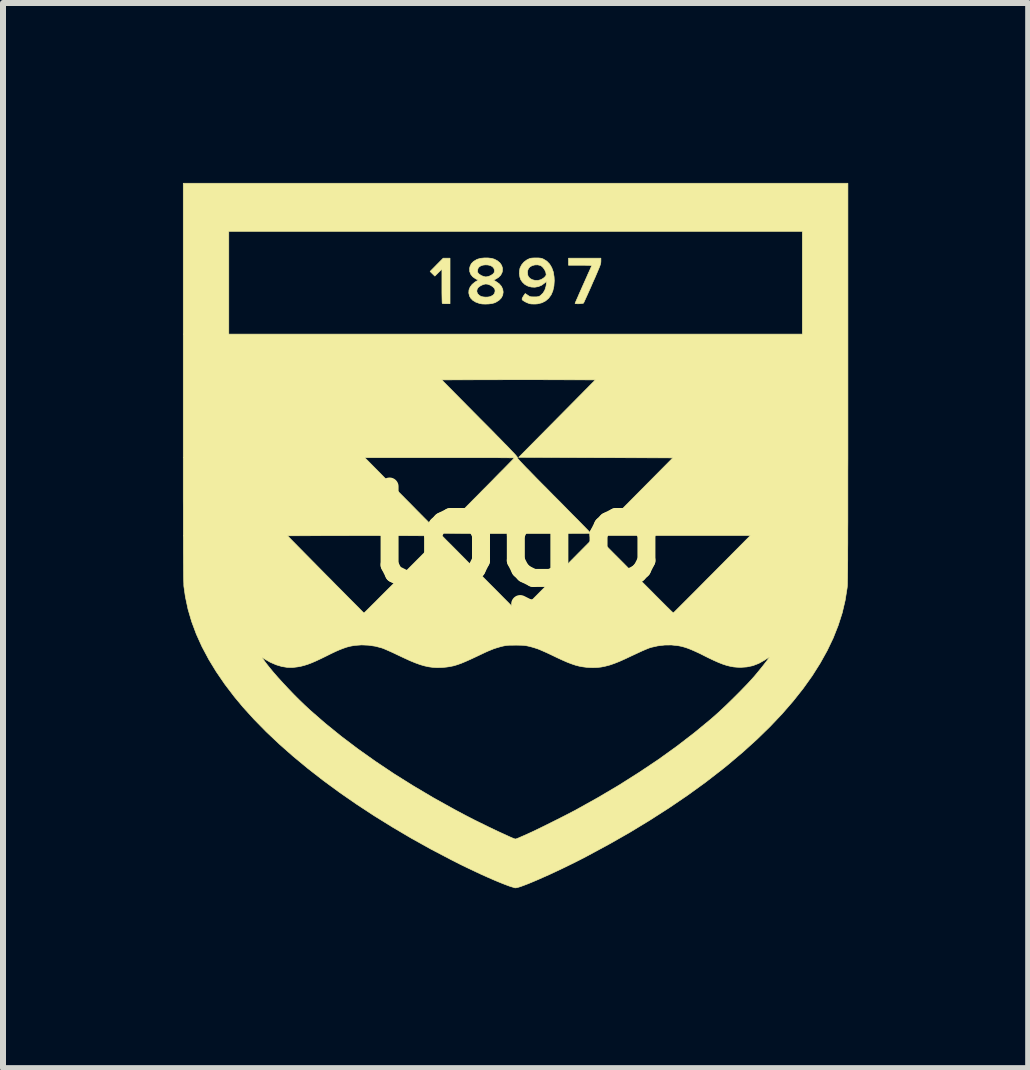
<source format=kicad_pcb>
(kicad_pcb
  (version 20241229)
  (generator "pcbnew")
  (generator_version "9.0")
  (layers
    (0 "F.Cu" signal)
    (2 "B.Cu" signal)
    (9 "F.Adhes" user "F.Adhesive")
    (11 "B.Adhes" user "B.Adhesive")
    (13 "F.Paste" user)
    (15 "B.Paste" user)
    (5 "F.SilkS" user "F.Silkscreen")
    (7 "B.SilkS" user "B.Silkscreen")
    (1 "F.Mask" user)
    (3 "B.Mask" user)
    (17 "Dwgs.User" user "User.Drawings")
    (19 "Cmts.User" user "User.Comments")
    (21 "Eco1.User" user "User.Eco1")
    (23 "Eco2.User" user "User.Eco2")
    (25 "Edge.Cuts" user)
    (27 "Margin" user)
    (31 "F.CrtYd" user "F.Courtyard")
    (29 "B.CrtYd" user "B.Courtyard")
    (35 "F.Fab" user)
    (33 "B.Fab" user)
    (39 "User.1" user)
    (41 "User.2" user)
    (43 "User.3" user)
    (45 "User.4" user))
  (footprint "logo"
    (layer "F.Cu")
    (at 5.549 5.895)
    (property "Reference" "logo" (at 0 0 0) (layer "F.SilkS") (effects (font (size 1.524 1.524) (thickness 0.3))))
    (attr through_hole)
    (fp_poly (pts (xy -1.097 -4.641) (xy -1.097 -3.882) (xy -1.159 -3.882) (xy -1.19 -3.882) (xy -1.214 -3.884) (xy -1.226 -3.887) (xy -1.226 -3.887) (xy -1.228 -3.897) (xy -1.229 -3.921) (xy -1.23 -3.958) (xy -1.231 -4.007) (xy -1.232 -4.064) (xy -1.232 -4.127) (xy -1.232 -4.176) (xy -1.232 -4.459) (xy -1.291 -4.401) (xy -1.35 -4.342) (xy -1.39 -4.381) (xy -1.429 -4.42) (xy -1.32 -4.531) (xy -1.211 -4.641) (xy -1.097 -4.641)) (stroke (width 0.01) (type solid)) (fill yes) (layer "F.SilkS"))
    (fp_poly (pts (xy 1.418 -4.591) (xy 1.417 -4.577) (xy 1.416 -4.564) (xy 1.412 -4.548) (xy 1.407 -4.528) (xy 1.398 -4.503) (xy 1.385 -4.471) (xy 1.368 -4.431) (xy 1.347 -4.381) (xy 1.32 -4.318) (xy 1.286 -4.243) (xy 1.277 -4.222) (xy 1.247 -4.153) (xy 1.218 -4.088) (xy 1.192 -4.03) (xy 1.169 -3.98) (xy 1.151 -3.94) (xy 1.138 -3.911) (xy 1.13 -3.895) (xy 1.128 -3.892) (xy 1.118 -3.888) (xy 1.096 -3.885) (xy 1.068 -3.882) (xy 1.038 -3.881) (xy 1.012 -3.882) (xy 0.993 -3.884) (xy 0.987 -3.887) (xy 0.991 -3.896) (xy 1 -3.918) (xy 1.015 -3.952) (xy 1.035 -3.997) (xy 1.058 -4.051) (xy 1.085 -4.111) (xy 1.114 -4.177) (xy 1.123 -4.197) (xy 1.153 -4.264) (xy 1.181 -4.327) (xy 1.206 -4.384) (xy 1.228 -4.432) (xy 1.245 -4.47) (xy 1.257 -4.497) (xy 1.263 -4.511) (xy 1.264 -4.513) (xy 1.261 -4.516) (xy 1.251 -4.519) (xy 1.23 -4.521) (xy 1.198 -4.522) (xy 1.153 -4.523) (xy 1.092 -4.523) (xy 1.073 -4.523) (xy 0.878 -4.523) (xy 0.878 -4.641) (xy 1.418 -4.641) (xy 1.418 -4.591)) (stroke (width 0.01) (type solid)) (fill yes) (layer "F.SilkS"))
    (fp_poly (pts (xy -0.464 -4.645) (xy -0.405 -4.638) (xy -0.359 -4.625) (xy -0.306 -4.597) (xy -0.264 -4.561) (xy -0.236 -4.52) (xy -0.222 -4.474) (xy -0.224 -4.425) (xy -0.229 -4.404) (xy -0.252 -4.358) (xy -0.288 -4.322) (xy -0.324 -4.299) (xy -0.37 -4.275) (xy -0.331 -4.252) (xy -0.278 -4.215) (xy -0.24 -4.171) (xy -0.218 -4.122) (xy -0.211 -4.076) (xy -0.219 -4.024) (xy -0.243 -3.978) (xy -0.281 -3.939) (xy -0.332 -3.907) (xy -0.354 -3.897) (xy -0.398 -3.885) (xy -0.452 -3.878) (xy -0.509 -3.876) (xy -0.563 -3.878) (xy -0.605 -3.886) (xy -0.669 -3.909) (xy -0.718 -3.939) (xy -0.753 -3.976) (xy -0.772 -4.01) (xy -0.784 -4.06) (xy -0.783 -4.081) (xy -0.65 -4.081) (xy -0.636 -4.048) (xy -0.609 -4.021) (xy -0.58 -4.004) (xy -0.549 -3.996) (xy -0.509 -3.992) (xy -0.467 -3.993) (xy -0.431 -3.999) (xy -0.418 -4.004) (xy -0.378 -4.026) (xy -0.355 -4.055) (xy -0.346 -4.09) (xy -0.346 -4.094) (xy -0.348 -4.117) (xy -0.357 -4.136) (xy -0.375 -4.156) (xy -0.378 -4.16) (xy -0.42 -4.189) (xy -0.468 -4.207) (xy -0.503 -4.211) (xy -0.532 -4.205) (xy -0.567 -4.192) (xy -0.601 -4.173) (xy -0.626 -4.153) (xy -0.631 -4.147) (xy -0.648 -4.114) (xy -0.65 -4.081) (xy -0.783 -4.081) (xy -0.781 -4.111) (xy -0.762 -4.159) (xy -0.729 -4.203) (xy -0.682 -4.242) (xy -0.661 -4.255) (xy -0.626 -4.275) (xy -0.673 -4.299) (xy -0.719 -4.332) (xy -0.751 -4.372) (xy -0.769 -4.419) (xy -0.769 -4.438) (xy -0.64 -4.438) (xy -0.637 -4.406) (xy -0.617 -4.379) (xy -0.581 -4.355) (xy -0.571 -4.349) (xy -0.54 -4.338) (xy -0.511 -4.33) (xy -0.498 -4.329) (xy -0.473 -4.333) (xy -0.442 -4.342) (xy -0.425 -4.349) (xy -0.385 -4.373) (xy -0.362 -4.399) (xy -0.355 -4.43) (xy -0.363 -4.465) (xy -0.368 -4.474) (xy -0.39 -4.5) (xy -0.423 -4.518) (xy -0.464 -4.528) (xy -0.507 -4.53) (xy -0.55 -4.525) (xy -0.588 -4.511) (xy -0.617 -4.49) (xy -0.628 -4.474) (xy -0.64 -4.438) (xy -0.769 -4.438) (xy -0.771 -4.47) (xy -0.764 -4.501) (xy -0.743 -4.548) (xy -0.706 -4.586) (xy -0.655 -4.617) (xy -0.636 -4.625) (xy -0.586 -4.639) (xy -0.526 -4.645) (xy -0.464 -4.645)) (stroke (width 0.01) (type solid)) (fill yes) (layer "F.SilkS"))
    (fp_poly (pts (xy 0.376 -4.645) (xy 0.407 -4.642) (xy 0.432 -4.637) (xy 0.455 -4.628) (xy 0.46 -4.626) (xy 0.517 -4.591) (xy 0.563 -4.543) (xy 0.599 -4.483) (xy 0.625 -4.411) (xy 0.638 -4.329) (xy 0.641 -4.266) (xy 0.635 -4.176) (xy 0.617 -4.097) (xy 0.588 -4.029) (xy 0.547 -3.973) (xy 0.496 -3.929) (xy 0.436 -3.898) (xy 0.365 -3.88) (xy 0.329 -3.877) (xy 0.293 -3.877) (xy 0.259 -3.878) (xy 0.234 -3.882) (xy 0.234 -3.882) (xy 0.204 -3.892) (xy 0.171 -3.906) (xy 0.14 -3.923) (xy 0.117 -3.938) (xy 0.11 -3.945) (xy 0.104 -3.956) (xy 0.106 -3.97) (xy 0.114 -3.987) (xy 0.128 -4.011) (xy 0.142 -4.032) (xy 0.144 -4.034) (xy 0.157 -4.052) (xy 0.198 -4.024) (xy 0.219 -4.01) (xy 0.236 -4.001) (xy 0.257 -3.997) (xy 0.285 -3.996) (xy 0.308 -3.996) (xy 0.344 -3.996) (xy 0.368 -3.999) (xy 0.387 -4.004) (xy 0.405 -4.014) (xy 0.414 -4.021) (xy 0.453 -4.059) (xy 0.483 -4.108) (xy 0.502 -4.168) (xy 0.506 -4.19) (xy 0.509 -4.219) (xy 0.511 -4.241) (xy 0.511 -4.251) (xy 0.511 -4.251) (xy 0.504 -4.247) (xy 0.489 -4.235) (xy 0.48 -4.227) (xy 0.43 -4.19) (xy 0.375 -4.167) (xy 0.316 -4.157) (xy 0.258 -4.16) (xy 0.203 -4.175) (xy 0.152 -4.202) (xy 0.11 -4.242) (xy 0.082 -4.283) (xy 0.068 -4.323) (xy 0.061 -4.372) (xy 0.061 -4.391) (xy 0.194 -4.391) (xy 0.202 -4.35) (xy 0.211 -4.331) (xy 0.237 -4.303) (xy 0.275 -4.282) (xy 0.32 -4.271) (xy 0.367 -4.27) (xy 0.412 -4.281) (xy 0.416 -4.283) (xy 0.445 -4.298) (xy 0.473 -4.318) (xy 0.494 -4.34) (xy 0.505 -4.359) (xy 0.506 -4.365) (xy 0.5 -4.405) (xy 0.481 -4.447) (xy 0.455 -4.484) (xy 0.424 -4.512) (xy 0.408 -4.52) (xy 0.365 -4.53) (xy 0.319 -4.529) (xy 0.275 -4.518) (xy 0.237 -4.497) (xy 0.211 -4.469) (xy 0.197 -4.433) (xy 0.194 -4.391) (xy 0.061 -4.391) (xy 0.061 -4.423) (xy 0.068 -4.47) (xy 0.071 -4.479) (xy 0.096 -4.529) (xy 0.133 -4.574) (xy 0.18 -4.61) (xy 0.201 -4.621) (xy 0.226 -4.633) (xy 0.248 -4.64) (xy 0.273 -4.643) (xy 0.307 -4.645) (xy 0.333 -4.645) (xy 0.376 -4.645)) (stroke (width 0.01) (type solid)) (fill yes) (layer "F.SilkS"))
    (fp_poly (pts (xy 5.536 -2.572) (xy 5.536 -2.286) (xy 5.536 -2.018) (xy 5.536 -1.765) (xy 5.536 -1.527) (xy 5.536 -1.304) (xy 5.535 -1.096) (xy 5.535 -0.902) (xy 5.535 -0.721) (xy 5.535 -0.553) (xy 5.535 -0.398) (xy 5.535 -0.254) (xy 5.534 -0.122) (xy 5.534 -0.001) (xy 5.534 0.11) (xy 5.533 0.21) (xy 5.533 0.302) (xy 5.533 0.384) (xy 5.532 0.458) (xy 5.532 0.523) (xy 5.531 0.581) (xy 5.53 0.633) (xy 5.53 0.677) (xy 5.529 0.716) (xy 5.528 0.749) (xy 5.528 0.777) (xy 5.527 0.8) (xy 5.526 0.82) (xy 5.525 0.836) (xy 5.524 0.848) (xy 5.523 0.856) (xy 5.49 1.064) (xy 5.441 1.272) (xy 5.374 1.481) (xy 5.291 1.691) (xy 5.191 1.9) (xy 5.074 2.11) (xy 4.941 2.321) (xy 4.791 2.531) (xy 4.624 2.742) (xy 4.441 2.953) (xy 4.241 3.164) (xy 4.024 3.376) (xy 3.791 3.587) (xy 3.541 3.799) (xy 3.437 3.883) (xy 3.158 4.099) (xy 2.862 4.313) (xy 2.552 4.524) (xy 2.229 4.731) (xy 1.893 4.935) (xy 1.545 5.133) (xy 1.187 5.326) (xy 1.18 5.33) (xy 1.078 5.383) (xy 0.973 5.436) (xy 0.867 5.488) (xy 0.762 5.539) (xy 0.658 5.588) (xy 0.557 5.635) (xy 0.46 5.678) (xy 0.368 5.719) (xy 0.283 5.755) (xy 0.206 5.787) (xy 0.138 5.813) (xy 0.081 5.834) (xy 0.036 5.848) (xy 0.003 5.855) (xy -0.008 5.856) (xy -0.021 5.854) (xy -0.046 5.846) (xy -0.079 5.836) (xy -0.11 5.826) (xy -0.18 5.8) (xy -0.263 5.767) (xy -0.357 5.728) (xy -0.46 5.683) (xy -0.57 5.634) (xy -0.685 5.58) (xy -0.803 5.524) (xy -0.923 5.466) (xy -1.041 5.406) (xy -1.084 5.384) (xy -1.418 5.209) (xy -1.743 5.028) (xy -2.058 4.842) (xy -2.363 4.653) (xy -2.657 4.46) (xy -2.94 4.264) (xy -3.211 4.065) (xy -3.469 3.864) (xy -3.714 3.661) (xy -3.944 3.458) (xy -4.161 3.253) (xy -4.362 3.048) (xy -4.548 2.843) (xy -4.688 2.675) (xy -4.849 2.464) (xy -4.993 2.254) (xy -5.121 2.044) (xy -5.137 2.013) (xy -4.232 2.013) (xy -4.226 2.024) (xy -4.213 2.043) (xy -4.165 2.109) (xy -4.107 2.183) (xy -4.039 2.265) (xy -3.963 2.352) (xy -3.881 2.442) (xy -3.794 2.535) (xy -3.705 2.628) (xy -3.614 2.719) (xy -3.524 2.806) (xy -3.436 2.888) (xy -3.426 2.897) (xy -3.178 3.113) (xy -2.913 3.328) (xy -2.633 3.54) (xy -2.338 3.749) (xy -2.029 3.956) (xy -1.706 4.158) (xy -1.37 4.357) (xy -1.021 4.551) (xy -0.831 4.652) (xy -0.765 4.686) (xy -0.693 4.723) (xy -0.616 4.761) (xy -0.536 4.8) (xy -0.455 4.84) (xy -0.375 4.878) (xy -0.298 4.915) (xy -0.226 4.948) (xy -0.16 4.978) (xy -0.104 5.004) (xy -0.058 5.024) (xy -0.024 5.037) (xy -0.017 5.04) (xy -0.011 5.041) (xy -0.003 5.041) (xy 0.009 5.038) (xy 0.026 5.031) (xy 0.052 5.021) (xy 0.088 5.005) (xy 0.136 4.984) (xy 0.173 4.968) (xy 0.223 4.945) (xy 0.286 4.916) (xy 0.359 4.881) (xy 0.439 4.842) (xy 0.524 4.8) (xy 0.612 4.756) (xy 0.7 4.712) (xy 0.785 4.669) (xy 0.865 4.628) (xy 0.938 4.59) (xy 1.001 4.557) (xy 1.008 4.553) (xy 1.372 4.35) (xy 1.722 4.143) (xy 2.058 3.93) (xy 2.381 3.714) (xy 2.688 3.493) (xy 2.98 3.268) (xy 3.256 3.04) (xy 3.312 2.991) (xy 3.369 2.94) (xy 3.434 2.88) (xy 3.505 2.813) (xy 3.578 2.742) (xy 3.653 2.668) (xy 3.726 2.595) (xy 3.797 2.522) (xy 3.862 2.455) (xy 3.919 2.393) (xy 3.967 2.34) (xy 3.98 2.325) (xy 4.015 2.283) (xy 4.053 2.237) (xy 4.091 2.19) (xy 4.128 2.144) (xy 4.161 2.101) (xy 4.189 2.065) (xy 4.211 2.036) (xy 4.223 2.018) (xy 4.223 2.018) (xy 4.226 2.012) (xy 4.226 2.01) (xy 4.221 2.012) (xy 4.208 2.02) (xy 4.185 2.034) (xy 4.151 2.056) (xy 4.146 2.06) (xy 4.05 2.114) (xy 3.952 2.152) (xy 3.852 2.173) (xy 3.751 2.18) (xy 3.69 2.178) (xy 3.631 2.173) (xy 3.572 2.162) (xy 3.512 2.147) (xy 3.448 2.126) (xy 3.377 2.098) (xy 3.298 2.063) (xy 3.208 2.02) (xy 3.154 1.993) (xy 3.067 1.949) (xy 2.991 1.914) (xy 2.925 1.885) (xy 2.867 1.862) (xy 2.813 1.844) (xy 2.762 1.83) (xy 2.711 1.82) (xy 2.705 1.819) (xy 2.596 1.807) (xy 2.482 1.808) (xy 2.366 1.822) (xy 2.255 1.847) (xy 2.224 1.857) (xy 2.196 1.868) (xy 2.155 1.885) (xy 2.106 1.906) (xy 2.05 1.932) (xy 1.99 1.96) (xy 1.932 1.987) (xy 1.824 2.038) (xy 1.728 2.081) (xy 1.642 2.115) (xy 1.564 2.142) (xy 1.491 2.161) (xy 1.422 2.175) (xy 1.354 2.182) (xy 1.286 2.184) (xy 1.24 2.183) (xy 1.176 2.179) (xy 1.114 2.171) (xy 1.055 2.16) (xy 0.994 2.144) (xy 0.929 2.122) (xy 0.858 2.095) (xy 0.778 2.06) (xy 0.687 2.018) (xy 0.658 2.004) (xy 0.579 1.966) (xy 0.513 1.935) (xy 0.456 1.91) (xy 0.408 1.889) (xy 0.366 1.872) (xy 0.326 1.859) (xy 0.288 1.847) (xy 0.248 1.836) (xy 0.237 1.833) (xy 0.202 1.825) (xy 0.172 1.819) (xy 0.142 1.815) (xy 0.108 1.812) (xy 0.067 1.811) (xy 0.014 1.81) (xy -0.004 1.81) (xy -0.061 1.811) (xy -0.105 1.811) (xy -0.139 1.813) (xy -0.169 1.817) (xy -0.197 1.822) (xy -0.229 1.829) (xy -0.245 1.833) (xy -0.287 1.845) (xy -0.327 1.857) (xy -0.367 1.87) (xy -0.409 1.887) (xy -0.456 1.906) (xy -0.51 1.93) (xy -0.573 1.96) (xy -0.649 1.996) (xy -0.664 2.003) (xy -0.758 2.047) (xy -0.839 2.083) (xy -0.911 2.113) (xy -0.976 2.136) (xy -1.036 2.154) (xy -1.094 2.166) (xy -1.152 2.175) (xy -1.213 2.181) (xy -1.249 2.183) (xy -1.318 2.184) (xy -1.385 2.18) (xy -1.452 2.171) (xy -1.521 2.156) (xy -1.594 2.135) (xy -1.674 2.106) (xy -1.762 2.07) (xy -1.86 2.025) (xy -1.939 1.988) (xy -2 1.959) (xy -2.059 1.931) (xy -2.115 1.906) (xy -2.165 1.884) (xy -2.205 1.867) (xy -2.232 1.857) (xy -2.341 1.828) (xy -2.456 1.811) (xy -2.571 1.806) (xy -2.682 1.814) (xy -2.713 1.819) (xy -2.766 1.829) (xy -2.819 1.843) (xy -2.874 1.862) (xy -2.934 1.885) (xy -3.001 1.914) (xy -3.079 1.951) (xy -3.153 1.988) (xy -3.247 2.034) (xy -3.33 2.073) (xy -3.402 2.104) (xy -3.467 2.129) (xy -3.528 2.148) (xy -3.586 2.163) (xy -3.643 2.173) (xy -3.703 2.18) (xy -3.717 2.182) (xy -3.807 2.181) (xy -3.901 2.166) (xy -3.997 2.137) (xy -4.094 2.095) (xy -4.189 2.04) (xy -4.219 2.019) (xy -4.23 2.012) (xy -4.232 2.013) (xy -5.137 2.013) (xy -5.232 1.835) (xy -5.326 1.627) (xy -5.404 1.418) (xy -5.465 1.21) (xy -5.509 1.002) (xy -5.531 0.848) (xy -5.533 0.837) (xy -5.534 0.823) (xy -5.535 0.806) (xy -5.535 0.785) (xy -5.536 0.76) (xy -5.537 0.73) (xy -5.538 0.695) (xy -5.539 0.654) (xy -5.539 0.607) (xy -5.54 0.553) (xy -5.54 0.491) (xy -5.541 0.422) (xy -5.541 0.345) (xy -5.542 0.259) (xy -5.542 0.164) (xy -5.542 0.059) (xy -5.543 -0.013) (xy -3.806 -0.013) (xy -3.171 0.631) (xy -3.085 0.717) (xy -3.003 0.801) (xy -2.924 0.88) (xy -2.851 0.954) (xy -2.783 1.023) (xy -2.722 1.084) (xy -2.667 1.139) (xy -2.621 1.185) (xy -2.584 1.223) (xy -2.556 1.251) (xy -2.538 1.268) (xy -2.531 1.274) (xy -2.531 1.274) (xy -2.525 1.268) (xy -2.507 1.251) (xy -2.479 1.224) (xy -2.442 1.187) (xy -2.396 1.141) (xy -2.341 1.087) (xy -2.28 1.025) (xy -2.212 0.957) (xy -2.138 0.883) (xy -2.059 0.805) (xy -1.976 0.722) (xy -1.89 0.635) (xy -1.886 0.631) (xy -1.245 -0.013) (xy -1.883 -0.015) (xy -2.009 -0.015) (xy -2.148 -0.015) (xy -2.296 -0.016) (xy -2.449 -0.016) (xy -2.605 -0.016) (xy -2.759 -0.016) (xy -2.906 -0.015) (xy -3.045 -0.015) (xy -3.164 -0.015) (xy -3.806 -0.013) (xy -5.543 -0.013) (xy -5.543 -0.056) (xy -5.543 -0.182) (xy -5.543 -0.319) (xy -5.543 -0.468) (xy -5.544 -0.629) (xy -5.544 -0.802) (xy -5.544 -0.989) (xy -5.544 -1.189) (xy -5.544 -1.316) (xy -2.518 -1.316) (xy -2.371 -1.167) (xy -2.276 -1.071) (xy -2.177 -0.97) (xy -2.073 -0.865) (xy -1.966 -0.757) (xy -1.856 -0.646) (xy -1.744 -0.533) (xy -1.631 -0.418) (xy -1.516 -0.302) (xy -1.401 -0.186) (xy -1.286 -0.07) (xy -1.172 0.046) (xy -1.059 0.159) (xy -0.948 0.271) (xy -0.84 0.38) (xy -0.736 0.486) (xy -0.635 0.587) (xy -0.538 0.684) (xy -0.447 0.776) (xy -0.361 0.862) (xy -0.282 0.942) (xy -0.21 1.015) (xy -0.145 1.08) (xy -0.089 1.137) (xy -0.041 1.184) (xy -0.003 1.223) (xy 0.026 1.251) (xy 0.043 1.268) (xy 0.05 1.274) (xy 0.05 1.274) (xy 0.057 1.268) (xy 0.074 1.252) (xy 0.101 1.227) (xy 0.134 1.193) (xy 0.174 1.154) (xy 0.218 1.11) (xy 0.241 1.086) (xy 0.267 1.061) (xy 0.304 1.023) (xy 0.351 0.976) (xy 0.408 0.918) (xy 0.474 0.852) (xy 0.548 0.777) (xy 0.63 0.694) (xy 0.718 0.605) (xy 0.813 0.51) (xy 0.912 0.409) (xy 1.017 0.303) (xy 1.125 0.194) (xy 1.237 0.081) (xy 1.334 -0.017) (xy 1.338 -0.017) (xy 1.624 0.272) (xy 1.756 0.404) (xy 1.876 0.525) (xy 1.985 0.635) (xy 2.083 0.734) (xy 2.172 0.823) (xy 2.251 0.902) (xy 2.321 0.973) (xy 2.382 1.034) (xy 2.435 1.087) (xy 2.481 1.133) (xy 2.519 1.171) (xy 2.551 1.202) (xy 2.576 1.227) (xy 2.596 1.246) (xy 2.61 1.259) (xy 2.62 1.268) (xy 2.625 1.272) (xy 2.626 1.272) (xy 2.632 1.266) (xy 2.65 1.249) (xy 2.678 1.221) (xy 2.716 1.183) (xy 2.762 1.137) (xy 2.816 1.083) (xy 2.878 1.021) (xy 2.946 0.953) (xy 3.02 0.879) (xy 3.098 0.8) (xy 3.181 0.716) (xy 3.267 0.63) (xy 3.27 0.627) (xy 3.909 -0.017) (xy 1.338 -0.017) (xy 1.334 -0.017) (xy 1.351 -0.034) (xy 1.467 -0.151) (xy 1.522 -0.207) (xy 2.617 -1.312) (xy 1.333 -1.316) (xy 0.048 -1.321) (xy 1.325 -2.612) (xy 0.689 -2.614) (xy 0.564 -2.614) (xy 0.425 -2.615) (xy 0.278 -2.615) (xy 0.124 -2.615) (xy -0.031 -2.615) (xy -0.184 -2.615) (xy -0.332 -2.614) (xy -0.471 -2.614) (xy -0.591 -2.614) (xy -1.235 -2.612) (xy -0.596 -1.966) (xy -0.492 -1.862) (xy -0.4 -1.769) (xy -0.319 -1.686) (xy -0.248 -1.614) (xy -0.187 -1.551) (xy -0.134 -1.498) (xy -0.091 -1.452) (xy -0.055 -1.414) (xy -0.026 -1.384) (xy -0.004 -1.36) (xy 0.011 -1.342) (xy 0.021 -1.329) (xy 0.026 -1.321) (xy 0.027 -1.317) (xy 0.026 -1.316) (xy 0.025 -1.314) (xy 0.028 -1.308) (xy 0.036 -1.297) (xy 0.05 -1.281) (xy 0.069 -1.259) (xy 0.095 -1.231) (xy 0.128 -1.196) (xy 0.169 -1.153) (xy 0.219 -1.103) (xy 0.277 -1.043) (xy 0.344 -0.974) (xy 0.422 -0.895) (xy 0.511 -0.806) (xy 0.61 -0.705) (xy 0.629 -0.686) (xy 0.714 -0.601) (xy 0.795 -0.519) (xy 0.872 -0.44) (xy 0.944 -0.367) (xy 1.011 -0.3) (xy 1.071 -0.239) (xy 1.123 -0.186) (xy 1.168 -0.14) (xy 1.203 -0.104) (xy 1.229 -0.077) (xy 1.245 -0.061) (xy 1.249 -0.056) (xy 1.241 -0.055) (xy 1.216 -0.054) (xy 1.177 -0.054) (xy 1.124 -0.053) (xy 1.057 -0.053) (xy 0.978 -0.053) (xy 0.888 -0.052) (xy 0.788 -0.052) (xy 0.678 -0.051) (xy 0.56 -0.051) (xy 0.433 -0.051) (xy 0.301 -0.051) (xy 0.162 -0.051) (xy 0.019 -0.051) (xy -0.005 -0.051) (xy -0.178 -0.051) (xy -0.341 -0.051) (xy -0.492 -0.051) (xy -0.63 -0.051) (xy -0.757 -0.052) (xy -0.87 -0.052) (xy -0.969 -0.053) (xy -1.055 -0.054) (xy -1.126 -0.055) (xy -1.182 -0.055) (xy -1.223 -0.056) (xy -1.248 -0.057) (xy -1.256 -0.059) (xy -1.256 -0.059) (xy -1.25 -0.066) (xy -1.232 -0.084) (xy -1.205 -0.112) (xy -1.168 -0.15) (xy -1.122 -0.197) (xy -1.068 -0.252) (xy -1.007 -0.314) (xy -0.94 -0.382) (xy -0.867 -0.456) (xy -0.789 -0.535) (xy -0.707 -0.618) (xy -0.639 -0.686) (xy -0.555 -0.772) (xy -0.474 -0.853) (xy -0.397 -0.931) (xy -0.326 -1.004) (xy -0.26 -1.071) (xy -0.2 -1.131) (xy -0.148 -1.184) (xy -0.104 -1.229) (xy -0.069 -1.265) (xy -0.044 -1.291) (xy -0.029 -1.307) (xy -0.025 -1.311) (xy -0.034 -1.312) (xy -0.058 -1.313) (xy -0.097 -1.313) (xy -0.15 -1.314) (xy -0.217 -1.314) (xy -0.296 -1.315) (xy -0.386 -1.315) (xy -0.486 -1.315) (xy -0.596 -1.316) (xy -0.714 -1.316) (xy -0.84 -1.316) (xy -0.973 -1.316) (xy -1.111 -1.316) (xy -1.254 -1.316) (xy -2.518 -1.316) (xy -5.544 -1.316) (xy -5.544 -1.404) (xy -5.544 -1.633) (xy -5.544 -1.877) (xy -5.544 -2.137) (xy -5.544 -2.413) (xy -5.544 -2.576) (xy -5.544 -5.088) (xy -4.785 -5.088) (xy -4.785 -3.375) (xy 4.776 -3.375) (xy 4.776 -5.088) (xy -4.785 -5.088) (xy -5.544 -5.088) (xy -5.544 -5.89) (xy 5.536 -5.89) (xy 5.536 -2.572)) (stroke (width 0.01) (type solid)) (fill yes) (layer "F.SilkS")))
  (gr_rect
    (start -3 -3)
    (end 14.09 14.756)
    (stroke (width 0.1) (type default))
    (fill no)
    (layer "Edge.Cuts")))
</source>
